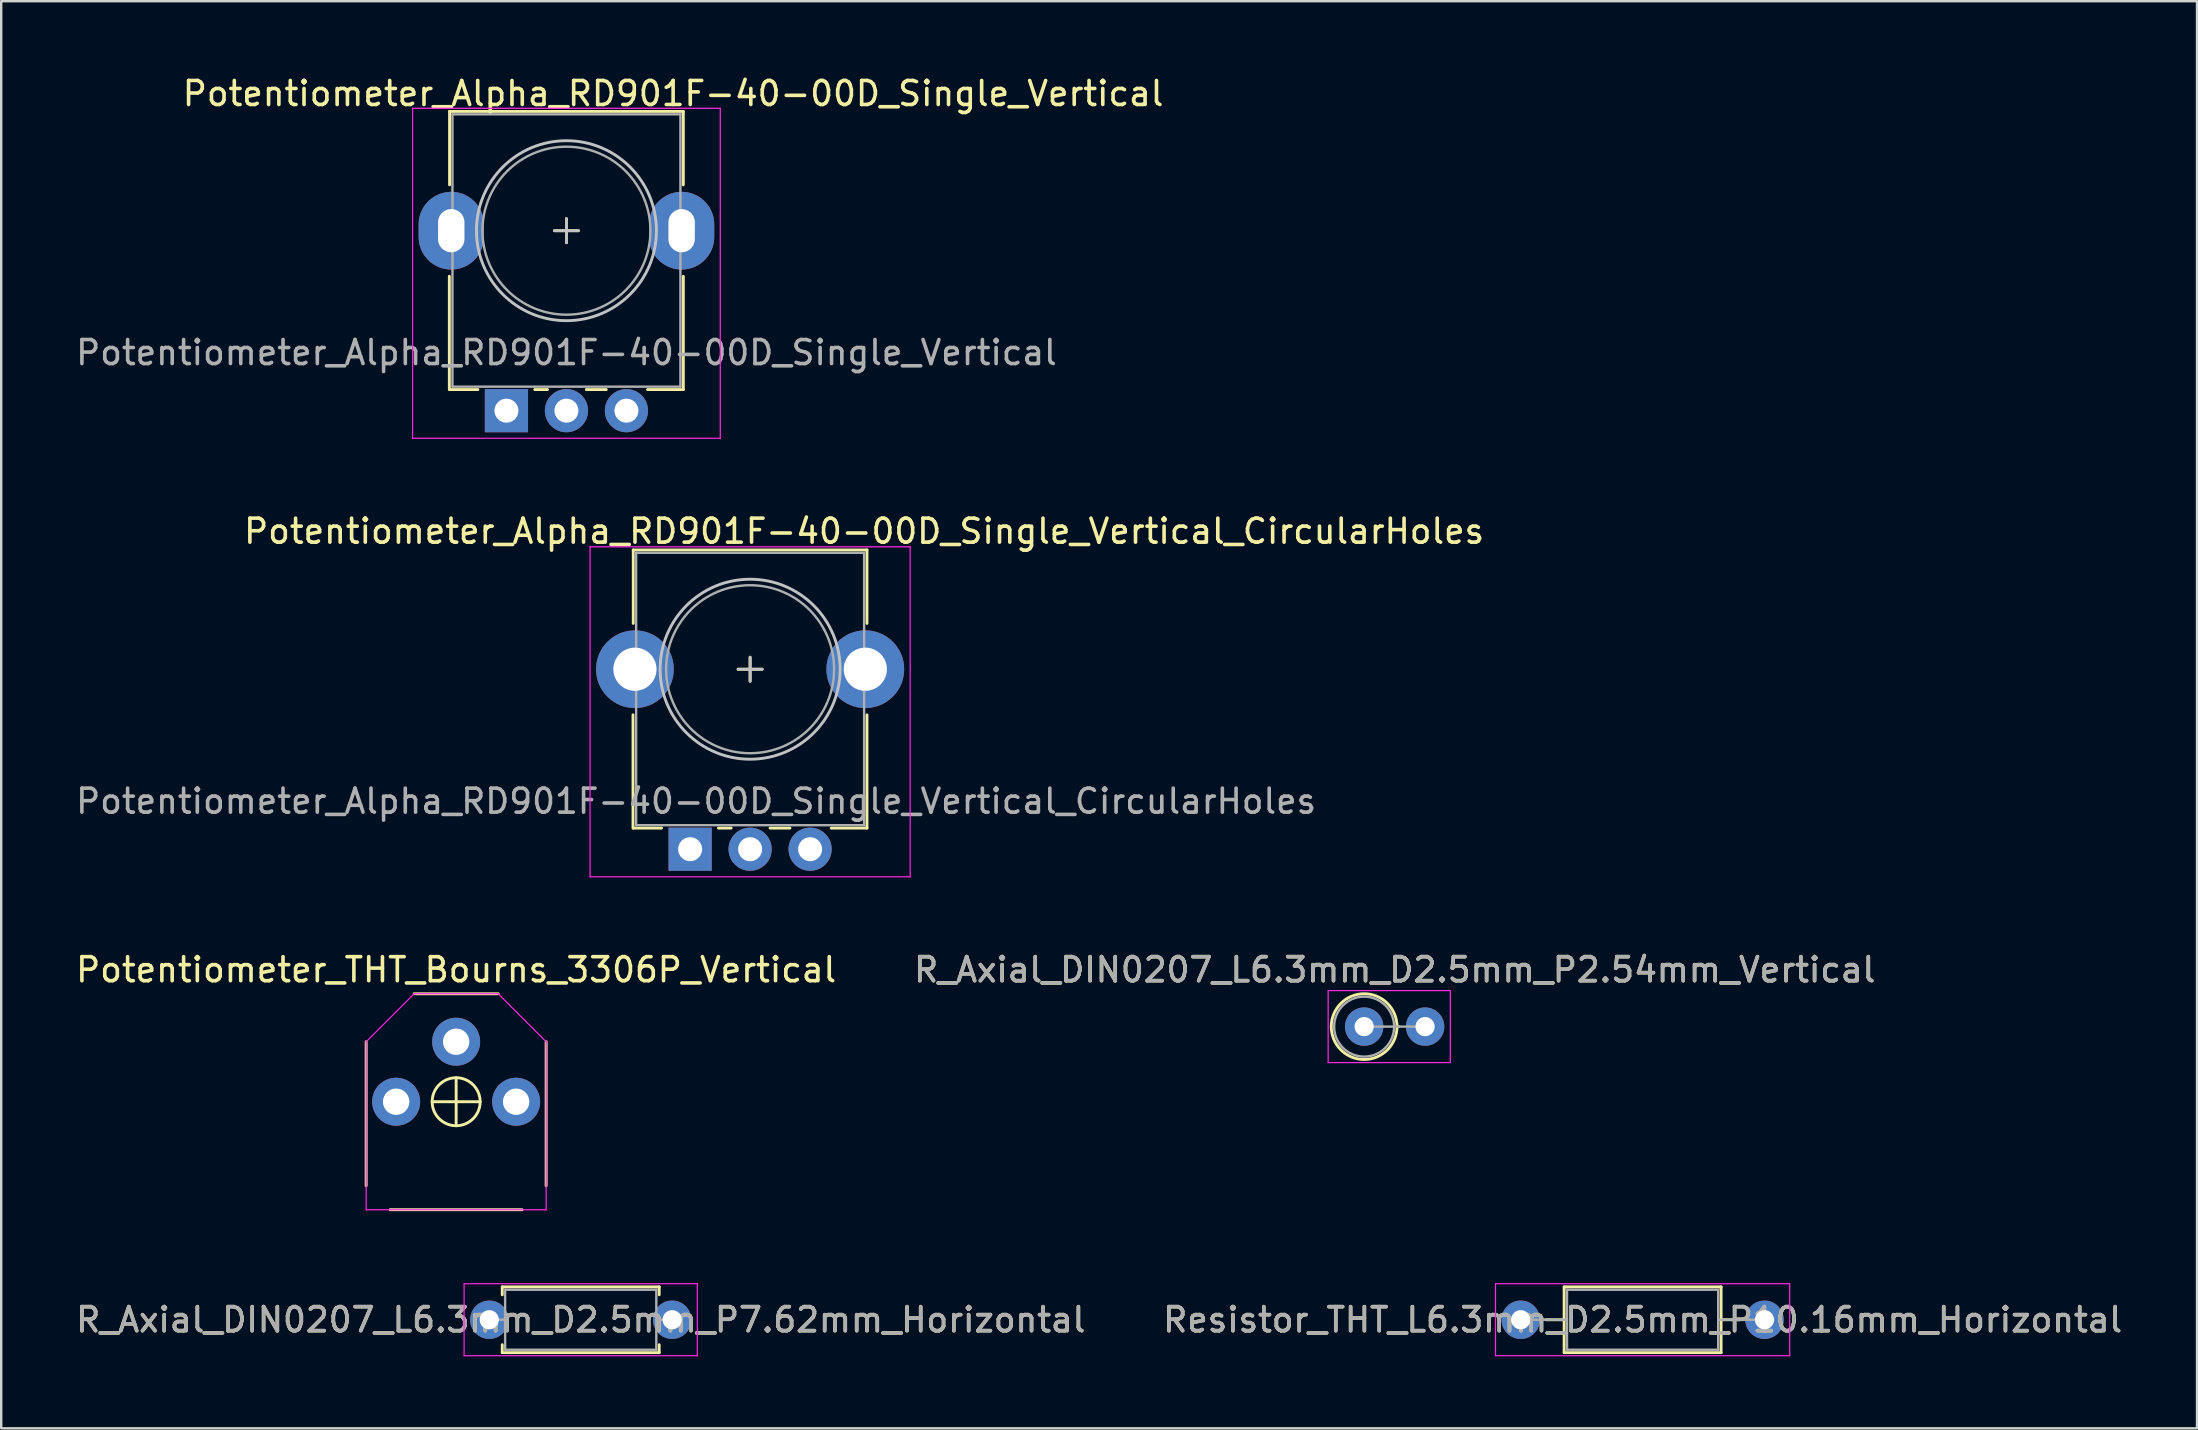
<source format=kicad_pcb>
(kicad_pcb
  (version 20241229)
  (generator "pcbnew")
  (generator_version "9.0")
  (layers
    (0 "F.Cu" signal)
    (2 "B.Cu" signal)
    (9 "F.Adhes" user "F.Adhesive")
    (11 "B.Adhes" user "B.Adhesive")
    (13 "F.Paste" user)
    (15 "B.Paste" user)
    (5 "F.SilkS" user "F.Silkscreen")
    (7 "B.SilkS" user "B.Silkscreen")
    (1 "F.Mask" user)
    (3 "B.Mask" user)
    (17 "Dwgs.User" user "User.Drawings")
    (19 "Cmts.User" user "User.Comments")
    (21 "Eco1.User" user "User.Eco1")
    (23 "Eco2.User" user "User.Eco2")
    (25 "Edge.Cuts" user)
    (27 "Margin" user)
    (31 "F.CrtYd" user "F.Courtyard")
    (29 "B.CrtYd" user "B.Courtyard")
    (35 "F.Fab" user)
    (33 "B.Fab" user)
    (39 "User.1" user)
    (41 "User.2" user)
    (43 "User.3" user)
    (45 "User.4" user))
  (footprint "Potentiometer_Alpha_RD901F-40-00D_Single_Vertical"
    (layer "F.Cu")
    (at 20.554 6.563)
    (property "Reference" "Potentiometer_Alpha_RD901F-40-00D_Single_Vertical" (at 4.445 -5.715 0) (layer "F.SilkS") (effects (font (size 1 1) (thickness 0.15))))
    (attr through_hole)
    (fp_line (start -4.88 6.62) (end -4.88 1.9) (stroke (width 0.12) (type solid)) (layer "F.SilkS"))
    (fp_line (start -4.87 -1.91) (end -4.87 -4.97) (stroke (width 0.12) (type solid)) (layer "F.SilkS"))
    (fp_line (start -3.69 6.62) (end -4.87 6.62) (stroke (width 0.12) (type solid)) (layer "F.SilkS"))
    (fp_line (start -0.79 6.62) (end -1.32 6.62) (stroke (width 0.12) (type solid)) (layer "F.SilkS"))
    (fp_line (start -0.5 0) (end 0.5 0) (stroke (width 0.12) (type solid)) (layer "F.SilkS"))
    (fp_line (start 0 -0.5) (end 0 0.5) (stroke (width 0.12) (type solid)) (layer "F.SilkS"))
    (fp_line (start 1.66 6.62) (end 0.83 6.62) (stroke (width 0.12) (type solid)) (layer "F.SilkS"))
    (fp_line (start 4.87 -4.97) (end -4.87 -4.97) (stroke (width 0.12) (type solid)) (layer "F.SilkS"))
    (fp_line (start 4.87 -1.91) (end 4.87 -4.97) (stroke (width 0.12) (type solid)) (layer "F.SilkS"))
    (fp_line (start 4.87 6.62) (end 3.38 6.62) (stroke (width 0.12) (type solid)) (layer "F.SilkS"))
    (fp_line (start 4.87 6.62) (end 4.87 1.9) (stroke (width 0.12) (type solid)) (layer "F.SilkS"))
    (fp_line (start -0.5 0) (end 0.5 0) (stroke (width 0.12) (type solid)) (layer "Dwgs.User"))
    (fp_line (start 0 0.5) (end 0 -0.5) (stroke (width 0.12) (type solid)) (layer "Dwgs.User"))
    (fp_circle (center 0 0) (end 3.75 0) (stroke (width 0.12) (type solid)) (fill no) (layer "Dwgs.User"))
    (fp_line (start -6.41 -5.1) (end -6.41 8.65) (stroke (width 0.05) (type solid)) (layer "F.CrtYd"))
    (fp_line (start -6.41 8.65) (end 6.41 8.65) (stroke (width 0.05) (type solid)) (layer "F.CrtYd"))
    (fp_line (start 6.41 -5.1) (end -6.41 -5.1) (stroke (width 0.05) (type solid)) (layer "F.CrtYd"))
    (fp_line (start 6.41 8.65) (end 6.41 -5.1) (stroke (width 0.05) (type solid)) (layer "F.CrtYd"))
    (fp_line (start -4.75 6.5) (end -4.75 -4.85) (stroke (width 0.1) (type solid)) (layer "F.Fab"))
    (fp_line (start 4.75 -4.85) (end -4.75 -4.85) (stroke (width 0.1) (type solid)) (layer "F.Fab"))
    (fp_line (start 4.75 6.5) (end -4.75 6.5) (stroke (width 0.1) (type solid)) (layer "F.Fab"))
    (fp_line (start 4.75 6.5) (end 4.75 -4.85) (stroke (width 0.1) (type solid)) (layer "F.Fab"))
    (fp_circle (center 0 0) (end -3.5 0) (stroke (width 0.1) (type solid)) (fill no) (layer "F.Fab"))
    (fp_text user "${REFERENCE}" (at 0 5.08 180) (layer "F.Fab") (effects (font (size 1 1) (thickness 0.15))))
    (pad "" thru_hole oval (at -4.8 0 180) (size 2.72 3.24) (drill oval 1.1 1.8) (layers "*.Cu" "*.Mask"))
    (pad "" thru_hole oval (at 4.8 0 180) (size 2.72 3.24) (drill oval 1.1 1.8) (layers "*.Cu" "*.Mask"))
    (pad "1" thru_hole rect (at -2.5 7.5 180) (size 1.8 1.8) (drill 1) (layers "*.Cu" "*.Mask"))
    (pad "2" thru_hole circle (at 0 7.5 180) (size 1.8 1.8) (drill 1) (layers "*.Cu" "*.Mask"))
    (pad "3" thru_hole circle (at 2.5 7.5 180) (size 1.8 1.8) (drill 1) (layers "*.Cu" "*.Mask")))
  (footprint "Resistor_THT_L6.3mm_D2.5mm_P10.16mm_Horizontal"
    (layer "F.Cu")
    (at 60.319 51.945)
    (property "Reference" "Resistor_THT_L6.3mm_D2.5mm_P10.16mm_Horizontal" (at 5.08 0 0) (layer "F.SilkS") (effects (font (size 1 1) (thickness 0.15))))
    (attr through_hole)
    (fp_line (start 1.04 0) (end 1.81 0) (stroke (width 0.12) (type solid)) (layer "F.SilkS"))
    (fp_line (start 1.81 -1.37) (end 1.81 1.37) (stroke (width 0.12) (type solid)) (layer "F.SilkS"))
    (fp_line (start 1.81 1.37) (end 8.35 1.37) (stroke (width 0.12) (type solid)) (layer "F.SilkS"))
    (fp_line (start 8.35 -1.37) (end 1.81 -1.37) (stroke (width 0.12) (type solid)) (layer "F.SilkS"))
    (fp_line (start 8.35 1.37) (end 8.35 -1.37) (stroke (width 0.12) (type solid)) (layer "F.SilkS"))
    (fp_line (start 9.12 0) (end 8.35 0) (stroke (width 0.12) (type solid)) (layer "F.SilkS"))
    (fp_line (start -1.05 -1.5) (end -1.05 1.5) (stroke (width 0.05) (type solid)) (layer "F.CrtYd"))
    (fp_line (start -1.05 1.5) (end 11.21 1.5) (stroke (width 0.05) (type solid)) (layer "F.CrtYd"))
    (fp_line (start 11.21 -1.5) (end -1.05 -1.5) (stroke (width 0.05) (type solid)) (layer "F.CrtYd"))
    (fp_line (start 11.21 1.5) (end 11.21 -1.5) (stroke (width 0.05) (type solid)) (layer "F.CrtYd"))
    (fp_line (start 0 0) (end 1.93 0) (stroke (width 0.1) (type solid)) (layer "F.Fab"))
    (fp_line (start 1.93 -1.25) (end 1.93 1.25) (stroke (width 0.1) (type solid)) (layer "F.Fab"))
    (fp_line (start 1.93 1.25) (end 8.23 1.25) (stroke (width 0.1) (type solid)) (layer "F.Fab"))
    (fp_line (start 8.23 -1.25) (end 1.93 -1.25) (stroke (width 0.1) (type solid)) (layer "F.Fab"))
    (fp_line (start 8.23 1.25) (end 8.23 -1.25) (stroke (width 0.1) (type solid)) (layer "F.Fab"))
    (fp_line (start 10.16 0) (end 8.23 0) (stroke (width 0.1) (type solid)) (layer "F.Fab"))
    (fp_text user "${REFERENCE}" (at 5.08 0 0) (layer "F.Fab") (effects (font (size 1 1) (thickness 0.15))))
    (pad "1" thru_hole circle (at 0 0) (size 1.6 1.6) (drill 0.8) (layers "*.Cu" "*.Mask"))
    (pad "2" thru_hole oval (at 10.16 0) (size 1.6 1.6) (drill 0.8) (layers "*.Cu" "*.Mask")))
  (footprint "R_Axial_DIN0207_L6.3mm_D2.5mm_P2.54mm_Vertical"
    (layer "F.Cu")
    (at 53.795 39.73)
    (property "Reference" "R_Axial_DIN0207_L6.3mm_D2.5mm_P2.54mm_Vertical" (at 1.27 -2.37 0) (layer "F.SilkS") (effects (font (size 1 1) (thickness 0.15))))
    (attr through_hole)
    (fp_line (start 1.37 0) (end 1.44 0) (stroke (width 0.12) (type solid)) (layer "F.SilkS"))
    (fp_circle (center 0 0) (end 1.37 0) (stroke (width 0.12) (type solid)) (fill no) (layer "F.SilkS"))
    (fp_line (start -1.5 -1.5) (end -1.5 1.5) (stroke (width 0.05) (type solid)) (layer "F.CrtYd"))
    (fp_line (start -1.5 1.5) (end 3.59 1.5) (stroke (width 0.05) (type solid)) (layer "F.CrtYd"))
    (fp_line (start 3.59 -1.5) (end -1.5 -1.5) (stroke (width 0.05) (type solid)) (layer "F.CrtYd"))
    (fp_line (start 3.59 1.5) (end 3.59 -1.5) (stroke (width 0.05) (type solid)) (layer "F.CrtYd"))
    (fp_line (start 0 0) (end 2.54 0) (stroke (width 0.1) (type solid)) (layer "F.Fab"))
    (fp_circle (center 0 0) (end 1.25 0) (stroke (width 0.1) (type solid)) (fill no) (layer "F.Fab"))
    (fp_text user "${REFERENCE}" (at 1.27 -2.37 0) (layer "F.Fab") (effects (font (size 1 1) (thickness 0.15))))
    (pad "1" thru_hole circle (at 0 0) (size 1.6 1.6) (drill 0.8) (layers "*.Cu" "*.Mask"))
    (pad "2" thru_hole oval (at 2.54 0) (size 1.6 1.6) (drill 0.8) (layers "*.Cu" "*.Mask")))
  (footprint "R_Axial_DIN0207_L6.3mm_D2.5mm_P7.62mm_Horizontal"
    (layer "F.Cu")
    (at 17.339 51.945)
    (property "Reference" "R_Axial_DIN0207_L6.3mm_D2.5mm_P7.62mm_Horizontal" (at 3.81 0 0) (layer "F.SilkS") (effects (font (size 1 1) (thickness 0.15))))
    (attr through_hole)
    (fp_line (start 0.54 -1.37) (end 7.08 -1.37) (stroke (width 0.12) (type solid)) (layer "F.SilkS"))
    (fp_line (start 0.54 -1.04) (end 0.54 -1.37) (stroke (width 0.12) (type solid)) (layer "F.SilkS"))
    (fp_line (start 0.54 1.04) (end 0.54 1.37) (stroke (width 0.12) (type solid)) (layer "F.SilkS"))
    (fp_line (start 0.54 1.37) (end 7.08 1.37) (stroke (width 0.12) (type solid)) (layer "F.SilkS"))
    (fp_line (start 7.08 -1.37) (end 7.08 -1.04) (stroke (width 0.12) (type solid)) (layer "F.SilkS"))
    (fp_line (start 7.08 1.37) (end 7.08 1.04) (stroke (width 0.12) (type solid)) (layer "F.SilkS"))
    (fp_line (start -1.05 -1.5) (end -1.05 1.5) (stroke (width 0.05) (type solid)) (layer "F.CrtYd"))
    (fp_line (start -1.05 1.5) (end 8.67 1.5) (stroke (width 0.05) (type solid)) (layer "F.CrtYd"))
    (fp_line (start 8.67 -1.5) (end -1.05 -1.5) (stroke (width 0.05) (type solid)) (layer "F.CrtYd"))
    (fp_line (start 8.67 1.5) (end 8.67 -1.5) (stroke (width 0.05) (type solid)) (layer "F.CrtYd"))
    (fp_line (start 0 0) (end 0.66 0) (stroke (width 0.1) (type solid)) (layer "F.Fab"))
    (fp_line (start 0.66 -1.25) (end 0.66 1.25) (stroke (width 0.1) (type solid)) (layer "F.Fab"))
    (fp_line (start 0.66 1.25) (end 6.96 1.25) (stroke (width 0.1) (type solid)) (layer "F.Fab"))
    (fp_line (start 6.96 -1.25) (end 0.66 -1.25) (stroke (width 0.1) (type solid)) (layer "F.Fab"))
    (fp_line (start 6.96 1.25) (end 6.96 -1.25) (stroke (width 0.1) (type solid)) (layer "F.Fab"))
    (fp_line (start 7.62 0) (end 6.96 0) (stroke (width 0.1) (type solid)) (layer "F.Fab"))
    (fp_text user "${REFERENCE}" (at 3.81 0 0) (layer "F.Fab") (effects (font (size 1 1) (thickness 0.15))))
    (pad "1" thru_hole circle (at 0 0) (size 1.6 1.6) (drill 0.8) (layers "*.Cu" "*.Mask"))
    (pad "2" thru_hole oval (at 7.62 0) (size 1.6 1.6) (drill 0.8) (layers "*.Cu" "*.Mask")))
  (footprint "Potentiometer_THT_Bourns_3306P_Vertical"
    (layer "F.Cu")
    (at 15.958 42.86)
    (property "Reference" "Potentiometer_THT_Bourns_3306P_Vertical" (at 0 -5.5 0) (layer "F.SilkS") (effects (font (size 1 1) (thickness 0.15))))
    (attr through_hole)
    (fp_line (start -3.75 -2.5) (end -3.75 3.5) (stroke (width 0.12) (type solid)) (layer "F.SilkS"))
    (fp_line (start -2.75 4.5) (end 2.75 4.5) (stroke (width 0.12) (type solid)) (layer "F.SilkS"))
    (fp_line (start -1.75 -4.5) (end 1.75 -4.5) (stroke (width 0.12) (type solid)) (layer "F.SilkS"))
    (fp_line (start 0 -1) (end 0 1) (stroke (width 0.12) (type solid)) (layer "F.SilkS"))
    (fp_line (start 1 0) (end -1 0) (stroke (width 0.12) (type solid)) (layer "F.SilkS"))
    (fp_line (start 3.75 3.5) (end 3.75 -2.5) (stroke (width 0.12) (type solid)) (layer "F.SilkS"))
    (fp_circle (center 0 0) (end 1 0) (stroke (width 0.12) (type solid)) (fill no) (layer "F.SilkS"))
    (fp_line (start -3.75 -2.5) (end -3.75 4.5) (stroke (width 0.05) (type solid)) (layer "F.CrtYd"))
    (fp_line (start -3.75 4.5) (end 3.75 4.5) (stroke (width 0.05) (type solid)) (layer "F.CrtYd"))
    (fp_line (start -1.75 -4.5) (end -3.75 -2.5) (stroke (width 0.05) (type solid)) (layer "F.CrtYd"))
    (fp_line (start -1.75 -4.5) (end 1.75 -4.5) (stroke (width 0.05) (type solid)) (layer "F.CrtYd"))
    (fp_line (start 1.75 -4.5) (end 3.75 -2.5) (stroke (width 0.05) (type solid)) (layer "F.CrtYd"))
    (fp_line (start 3.75 -2.5) (end 3.75 4.5) (stroke (width 0.05) (type solid)) (layer "F.CrtYd"))
    (pad "1" thru_hole circle (at -2.5 0) (size 2 2) (drill 1.1) (layers "*.Cu" "*.Mask"))
    (pad "2" thru_hole circle (at 0 -2.5) (size 2 2) (drill 1.1) (layers "*.Cu" "*.Mask"))
    (pad "3" thru_hole circle (at 2.5 0) (size 2 2) (drill 1.1) (layers "*.Cu" "*.Mask")))
  (footprint "Potentiometer_Alpha_RD901F-40-00D_Single_Vertical_CircularHoles"
    (layer "F.Cu")
    (at 28.208 24.837)
    (property "Reference" "Potentiometer_Alpha_RD901F-40-00D_Single_Vertical_CircularHoles" (at 4.75 -5.75 0) (layer "F.SilkS") (effects (font (size 1 1) (thickness 0.15))))
    (attr through_hole)
    (fp_line (start -4.88 6.62) (end -4.88 1.9) (stroke (width 0.12) (type solid)) (layer "F.SilkS"))
    (fp_line (start -4.87 -1.91) (end -4.87 -4.97) (stroke (width 0.12) (type solid)) (layer "F.SilkS"))
    (fp_line (start -3.69 6.62) (end -4.87 6.62) (stroke (width 0.12) (type solid)) (layer "F.SilkS"))
    (fp_line (start -0.79 6.62) (end -1.32 6.62) (stroke (width 0.12) (type solid)) (layer "F.SilkS"))
    (fp_line (start 0 -0.5) (end 0 0.5) (stroke (width 0.12) (type solid)) (layer "F.SilkS"))
    (fp_line (start 0.5 0) (end -0.5 0) (stroke (width 0.12) (type solid)) (layer "F.SilkS"))
    (fp_line (start 1.66 6.62) (end 0.83 6.62) (stroke (width 0.12) (type solid)) (layer "F.SilkS"))
    (fp_line (start 4.87 -4.97) (end -4.87 -4.97) (stroke (width 0.12) (type solid)) (layer "F.SilkS"))
    (fp_line (start 4.87 -1.91) (end 4.87 -4.97) (stroke (width 0.12) (type solid)) (layer "F.SilkS"))
    (fp_line (start 4.87 6.62) (end 3.38 6.62) (stroke (width 0.12) (type solid)) (layer "F.SilkS"))
    (fp_line (start 4.87 6.62) (end 4.87 1.9) (stroke (width 0.12) (type solid)) (layer "F.SilkS"))
    (fp_line (start -0.5 0) (end 0.5 0) (stroke (width 0.12) (type solid)) (layer "Dwgs.User"))
    (fp_line (start 0 0.5) (end 0 -0.5) (stroke (width 0.12) (type solid)) (layer "Dwgs.User"))
    (fp_circle (center 0 0) (end 3.75 0) (stroke (width 0.12) (type solid)) (fill no) (layer "Dwgs.User"))
    (fp_line (start -6.67 -5.1) (end -6.67 8.65) (stroke (width 0.05) (type solid)) (layer "F.CrtYd"))
    (fp_line (start -6.67 8.65) (end 6.67 8.65) (stroke (width 0.05) (type solid)) (layer "F.CrtYd"))
    (fp_line (start 6.67 -5.1) (end -6.67 -5.1) (stroke (width 0.05) (type solid)) (layer "F.CrtYd"))
    (fp_line (start 6.67 8.65) (end 6.67 -5.1) (stroke (width 0.05) (type solid)) (layer "F.CrtYd"))
    (fp_line (start -4.75 6.5) (end -4.75 -4.85) (stroke (width 0.1) (type solid)) (layer "F.Fab"))
    (fp_line (start 4.75 -4.85) (end -4.75 -4.85) (stroke (width 0.1) (type solid)) (layer "F.Fab"))
    (fp_line (start 4.75 6.5) (end -4.75 6.5) (stroke (width 0.1) (type solid)) (layer "F.Fab"))
    (fp_line (start 4.75 6.5) (end 4.75 -4.85) (stroke (width 0.1) (type solid)) (layer "F.Fab"))
    (fp_circle (center 0 0) (end -3.5 0) (stroke (width 0.1) (type solid)) (fill no) (layer "F.Fab"))
    (fp_text user "${REFERENCE}" (at -2.25 5.5 0) (layer "F.Fab") (effects (font (size 1 1) (thickness 0.15))))
    (pad "" thru_hole circle (at -4.8 0 180) (size 3.24 3.24) (drill 1.8) (layers "*.Cu" "*.Mask"))
    (pad "" thru_hole circle (at 4.8 0 180) (size 3.24 3.24) (drill 1.8) (layers "*.Cu" "*.Mask"))
    (pad "1" thru_hole rect (at -2.5 7.5 180) (size 1.8 1.8) (drill 1) (layers "*.Cu" "*.Mask"))
    (pad "2" thru_hole circle (at 0 7.5 180) (size 1.8 1.8) (drill 1) (layers "*.Cu" "*.Mask"))
    (pad "3" thru_hole circle (at 2.5 7.5 180) (size 1.8 1.8) (drill 1) (layers "*.Cu" "*.Mask")))
  (gr_rect
    (start -3 -3)
    (end 88.5 56.47)
    (stroke (width 0.1) (type default))
    (fill no)
    (layer "Edge.Cuts")))
</source>
